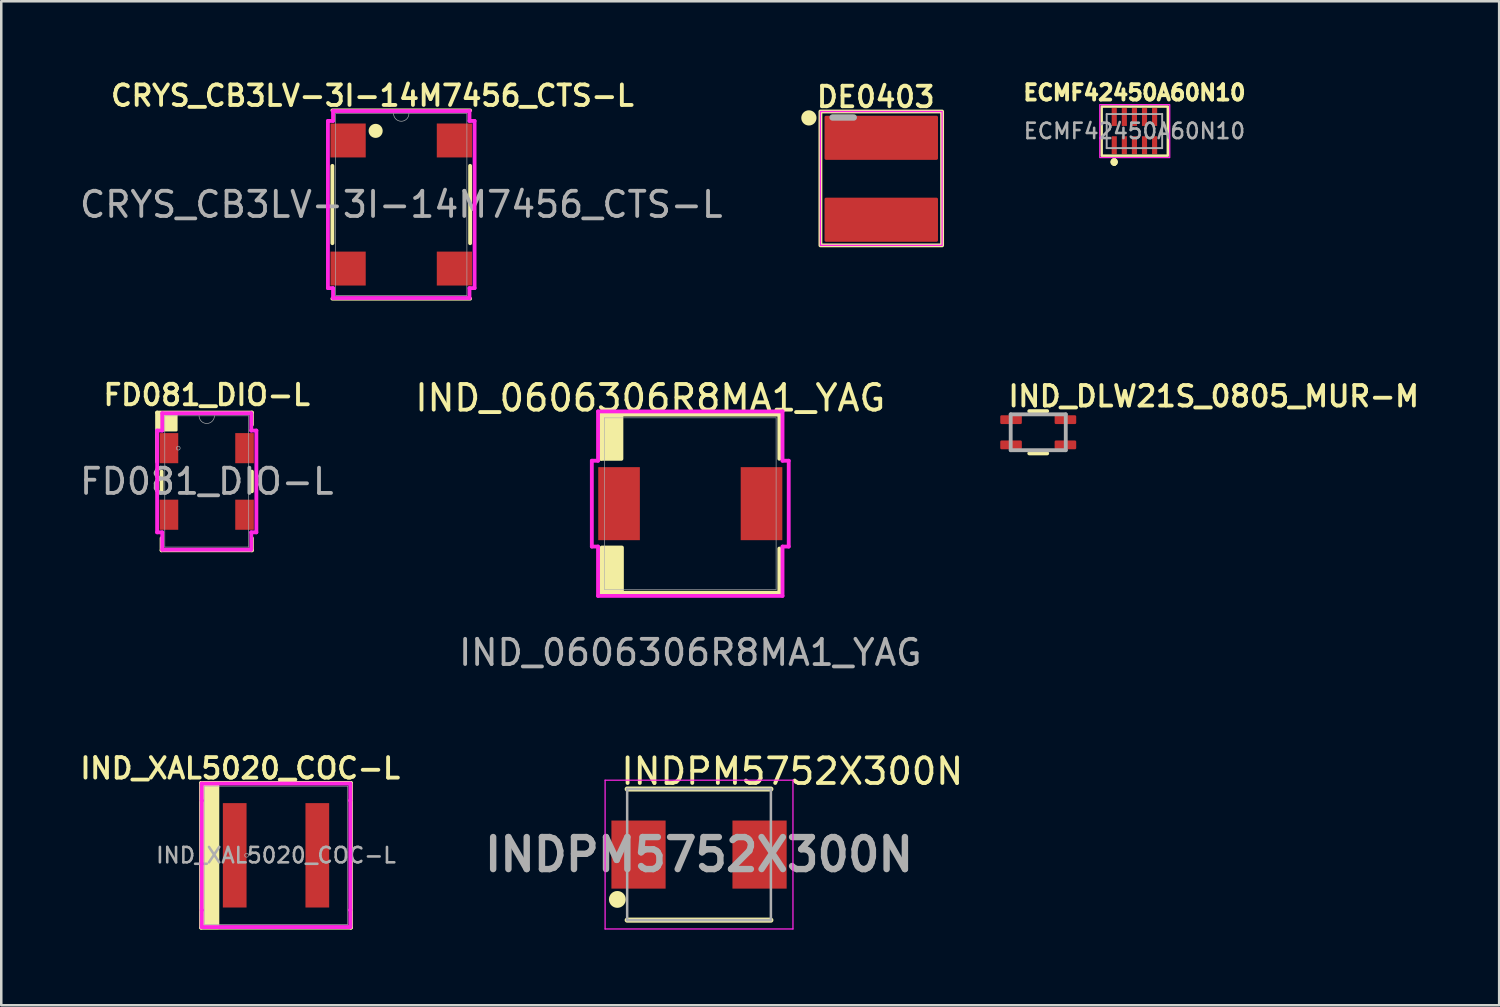
<source format=kicad_pcb>
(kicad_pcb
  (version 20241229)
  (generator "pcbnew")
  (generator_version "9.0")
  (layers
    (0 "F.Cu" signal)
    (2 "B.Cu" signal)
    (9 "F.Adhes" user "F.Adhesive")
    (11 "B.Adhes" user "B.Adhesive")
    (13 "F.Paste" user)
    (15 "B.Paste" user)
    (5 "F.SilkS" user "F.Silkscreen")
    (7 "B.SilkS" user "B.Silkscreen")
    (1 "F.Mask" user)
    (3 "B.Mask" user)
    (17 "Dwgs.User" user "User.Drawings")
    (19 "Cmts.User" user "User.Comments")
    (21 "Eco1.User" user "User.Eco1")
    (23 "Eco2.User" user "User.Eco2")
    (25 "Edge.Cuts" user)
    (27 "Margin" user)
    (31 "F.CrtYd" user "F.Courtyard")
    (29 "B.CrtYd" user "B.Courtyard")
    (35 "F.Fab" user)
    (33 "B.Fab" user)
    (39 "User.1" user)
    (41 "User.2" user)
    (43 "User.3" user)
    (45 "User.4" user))
  (footprint "CRYS_CB3LV-3I-14M7456_CTS-L"
    (layer "F.Cu")
    (at 12.863 5.061)
    (property "Reference" "CRYS_CB3LV-3I-14M7456_CTS-L" (at -1.143 -4.318 0) (unlocked yes) (layer "F.SilkS") (effects (font (size 0.813 0.813) (thickness 0.152) (bold yes))))
    (attr smd)
    (fp_line (start -2.731 -1.534) (end -2.731 1.534) (stroke (width 0.152) (type solid)) (layer "F.SilkS"))
    (fp_line (start -2.731 3.734) (end 2.731 3.734) (stroke (width 0.152) (type solid)) (layer "F.SilkS"))
    (fp_line (start 2.731 -3.734) (end -2.731 -3.734) (stroke (width 0.152) (type solid)) (layer "F.SilkS"))
    (fp_line (start 2.731 1.534) (end 2.731 -1.534) (stroke (width 0.152) (type solid)) (layer "F.SilkS"))
    (fp_circle (center -1.016 -2.921) (end -0.787 -2.921) (stroke (width 0.1) (type solid)) (fill yes) (layer "F.SilkS"))
    (fp_line (start -2.908 -3.315) (end -2.705 -3.315) (stroke (width 0.152) (type solid)) (layer "F.CrtYd"))
    (fp_line (start -2.908 3.315) (end -2.908 -3.315) (stroke (width 0.152) (type solid)) (layer "F.CrtYd"))
    (fp_line (start -2.908 3.315) (end -2.705 3.315) (stroke (width 0.152) (type solid)) (layer "F.CrtYd"))
    (fp_line (start -2.705 -3.708) (end 2.705 -3.708) (stroke (width 0.152) (type solid)) (layer "F.CrtYd"))
    (fp_line (start -2.705 -3.315) (end -2.705 -3.708) (stroke (width 0.152) (type solid)) (layer "F.CrtYd"))
    (fp_line (start -2.705 3.708) (end -2.705 3.315) (stroke (width 0.152) (type solid)) (layer "F.CrtYd"))
    (fp_line (start 2.705 -3.708) (end 2.705 -3.315) (stroke (width 0.152) (type solid)) (layer "F.CrtYd"))
    (fp_line (start 2.705 3.315) (end 2.705 3.708) (stroke (width 0.152) (type solid)) (layer "F.CrtYd"))
    (fp_line (start 2.705 3.708) (end -2.705 3.708) (stroke (width 0.152) (type solid)) (layer "F.CrtYd"))
    (fp_line (start 2.908 -3.315) (end 2.705 -3.315) (stroke (width 0.152) (type solid)) (layer "F.CrtYd"))
    (fp_line (start 2.908 -3.315) (end 2.908 3.315) (stroke (width 0.152) (type solid)) (layer "F.CrtYd"))
    (fp_line (start 2.908 3.315) (end 2.705 3.315) (stroke (width 0.152) (type solid)) (layer "F.CrtYd"))
    (fp_line (start -2.603 -3.607) (end -2.603 3.607) (stroke (width 0.025) (type solid)) (layer "F.Fab"))
    (fp_line (start -2.603 3.607) (end 2.603 3.607) (stroke (width 0.025) (type solid)) (layer "F.Fab"))
    (fp_line (start 2.603 -3.607) (end -2.603 -3.607) (stroke (width 0.025) (type solid)) (layer "F.Fab"))
    (fp_line (start 2.603 3.607) (end 2.603 -3.607) (stroke (width 0.025) (type solid)) (layer "F.Fab"))
    (fp_arc (start 0.3048 -3.6068) (mid 0 -3.302) (end -0.3048 -3.6068) (stroke (width 0.0254) (type solid)) (layer "F.Fab"))
    (fp_text user "${REFERENCE}" (at 0 0 0) (unlocked yes) (layer "F.Fab") (effects (font (size 1 1) (thickness 0.15))))
    (pad "1" smd rect (at -2.108 -2.54) (size 1.397 1.346) (layers "F.Cu" "F.Mask" "F.Paste"))
    (pad "2" smd rect (at -2.108 2.54) (size 1.397 1.346) (layers "F.Cu" "F.Mask" "F.Paste"))
    (pad "3" smd rect (at 2.108 2.54) (size 1.397 1.346) (layers "F.Cu" "F.Mask" "F.Paste"))
    (pad "4" smd rect (at 2.108 -2.54) (size 1.397 1.346) (layers "F.Cu" "F.Mask" "F.Paste")))
  (footprint "IND_0606306R8MA1_YAG"
    (layer "F.Cu")
    (at 24.325 16.924)
    (property "Reference" "IND_0606306R8MA1_YAG" (at -1.587 -4.191 0) (unlocked yes) (layer "F.SilkS") (effects (font (size 1.016 1.016) (thickness 0.152))))
    (attr smd)
    (fp_line (start -3.531 -3.531) (end -3.531 -1.781) (stroke (width 0.152) (type solid)) (layer "F.SilkS"))
    (fp_line (start -3.531 1.781) (end -3.531 3.531) (stroke (width 0.152) (type solid)) (layer "F.SilkS"))
    (fp_line (start -3.531 3.531) (end 3.531 3.531) (stroke (width 0.152) (type solid)) (layer "F.SilkS"))
    (fp_line (start 3.531 -3.531) (end -3.531 -3.531) (stroke (width 0.152) (type solid)) (layer "F.SilkS"))
    (fp_line (start 3.531 -1.781) (end 3.531 -3.531) (stroke (width 0.152) (type solid)) (layer "F.SilkS"))
    (fp_line (start 3.531 3.531) (end 3.531 1.781) (stroke (width 0.152) (type solid)) (layer "F.SilkS"))
    (fp_rect (start -3.531 -3.531) (end -2.731 -1.778) (stroke (width 0.152) (type solid)) (fill yes) (layer "F.SilkS"))
    (fp_rect (start -3.512 1.74) (end -2.711 3.493) (stroke (width 0.152) (type solid)) (fill yes) (layer "F.SilkS"))
    (fp_line (start -3.904 -1.702) (end -3.658 -1.702) (stroke (width 0.152) (type solid)) (layer "F.CrtYd"))
    (fp_line (start -3.904 1.702) (end -3.904 -1.702) (stroke (width 0.152) (type solid)) (layer "F.CrtYd"))
    (fp_line (start -3.658 -3.658) (end 3.658 -3.658) (stroke (width 0.152) (type solid)) (layer "F.CrtYd"))
    (fp_line (start -3.658 -1.702) (end -3.658 -3.658) (stroke (width 0.152) (type solid)) (layer "F.CrtYd"))
    (fp_line (start -3.658 1.702) (end -3.904 1.702) (stroke (width 0.152) (type solid)) (layer "F.CrtYd"))
    (fp_line (start -3.658 3.658) (end -3.658 1.702) (stroke (width 0.152) (type solid)) (layer "F.CrtYd"))
    (fp_line (start 3.658 -3.658) (end 3.658 -1.702) (stroke (width 0.152) (type solid)) (layer "F.CrtYd"))
    (fp_line (start 3.658 -1.702) (end 3.904 -1.702) (stroke (width 0.152) (type solid)) (layer "F.CrtYd"))
    (fp_line (start 3.658 1.702) (end 3.658 3.658) (stroke (width 0.152) (type solid)) (layer "F.CrtYd"))
    (fp_line (start 3.658 3.658) (end -3.658 3.658) (stroke (width 0.152) (type solid)) (layer "F.CrtYd"))
    (fp_line (start 3.904 -1.702) (end 3.904 1.702) (stroke (width 0.152) (type solid)) (layer "F.CrtYd"))
    (fp_line (start 3.904 1.702) (end 3.658 1.702) (stroke (width 0.152) (type solid)) (layer "F.CrtYd"))
    (fp_line (start -3.404 -3.404) (end -3.404 3.404) (stroke (width 0.025) (type solid)) (layer "F.Fab"))
    (fp_line (start -3.404 3.404) (end 3.404 3.404) (stroke (width 0.025) (type solid)) (layer "F.Fab"))
    (fp_line (start 3.404 -3.404) (end -3.404 -3.404) (stroke (width 0.025) (type solid)) (layer "F.Fab"))
    (fp_line (start 3.404 3.404) (end 3.404 -3.404) (stroke (width 0.025) (type solid)) (layer "F.Fab"))
    (fp_text user "${REFERENCE}" (at 0 5.905 0) (unlocked yes) (layer "F.Fab") (effects (font (size 1 1) (thickness 0.15))))
    (pad "1" smd rect (at -2.825 0) (size 1.651 2.896) (layers "F.Cu" "F.Mask" "F.Paste"))
    (pad "2" smd rect (at 2.825 0) (size 1.651 2.896) (layers "F.Cu" "F.Mask" "F.Paste")))
  (footprint "ECMF42450A60N10"
    (layer "F.Cu")
    (at 41.939 2.149)
    (property "Reference" "ECMF42450A60N10" (at 0 -1.525 0) (layer "F.SilkS") (effects (font (size 0.61 0.61) (thickness 0.152) (bold yes))))
    (attr smd)
    (fp_line (start -0.8 1.175) (end -0.8 1.175) (stroke (width 0.2) (type solid)) (layer "F.SilkS"))
    (fp_line (start -0.8 1.175) (end -0.8 1.175) (stroke (width 0.2) (type solid)) (layer "F.SilkS"))
    (fp_line (start -0.8 1.275) (end -0.8 1.275) (stroke (width 0.2) (type solid)) (layer "F.SilkS"))
    (fp_rect (start -1.3 -0.975) (end 1.325 0.975) (stroke (width 0.1) (type default)) (fill no) (layer "F.SilkS"))
    (fp_arc (start -0.8 1.175) (mid -0.75 1.225) (end -0.8 1.275) (stroke (width 0.2) (type solid)) (layer "F.SilkS"))
    (fp_arc (start -0.8 1.275) (mid -0.85 1.225) (end -0.8 1.175) (stroke (width 0.2) (type solid)) (layer "F.SilkS"))
    (fp_arc (start -0.8 1.275) (mid -0.85 1.225) (end -0.8 1.175) (stroke (width 0.2) (type solid)) (layer "F.SilkS"))
    (fp_rect (start -1.375 -1.05) (end 1.4 1.05) (stroke (width 0.05) (type default)) (fill no) (layer "F.CrtYd"))
    (fp_line (start -1.1 -0.675) (end -1.1 0.675) (stroke (width 0.076) (type solid)) (layer "F.Fab"))
    (fp_line (start -1.1 0.675) (end 1.1 0.675) (stroke (width 0.076) (type solid)) (layer "F.Fab"))
    (fp_line (start 1.1 -0.675) (end -1.1 -0.675) (stroke (width 0.076) (type solid)) (layer "F.Fab"))
    (fp_line (start 1.1 0.675) (end 1.1 -0.675) (stroke (width 0.076) (type solid)) (layer "F.Fab"))
    (fp_text user "${REFERENCE}" (at 0 0 0) (layer "F.Fab") (effects (font (size 0.61 0.61) (thickness 0.102) (bold yes))))
    (pad "1" smd rect (at -0.8 0.559) (size 0.203 0.711) (layers "F.Cu" "F.Mask" "F.Paste"))
    (pad "2" smd rect (at -0.4 0.559) (size 0.203 0.711) (layers "F.Cu" "F.Mask" "F.Paste"))
    (pad "3" smd rect (at 0 0.559) (size 0.203 0.711) (layers "F.Cu" "F.Mask" "F.Paste"))
    (pad "4" smd rect (at 0.4 0.559) (size 0.203 0.711) (layers "F.Cu" "F.Mask" "F.Paste"))
    (pad "5" smd rect (at 0.8 0.559) (size 0.203 0.711) (layers "F.Cu" "F.Mask" "F.Paste"))
    (pad "6" smd rect (at 0.8 -0.559) (size 0.203 0.711) (layers "F.Cu" "F.Mask" "F.Paste"))
    (pad "7" smd rect (at 0.4 -0.559) (size 0.203 0.711) (layers "F.Cu" "F.Mask" "F.Paste"))
    (pad "8" smd rect (at 0 -0.559) (size 0.203 0.711) (layers "F.Cu" "F.Mask" "F.Paste"))
    (pad "9" smd rect (at -0.4 -0.559) (size 0.203 0.711) (layers "F.Cu" "F.Mask" "F.Paste"))
    (pad "10" smd rect (at -0.8 -0.559) (size 0.203 0.711) (layers "F.Cu" "F.Mask" "F.Paste")))
  (footprint "DE0403"
    (layer "F.Cu")
    (at 31.899 4.039)
    (property "Reference" "DE0403" (at -2.642 -2.769 0) (layer "F.SilkS") (effects (font (size 0.813 0.813) (thickness 0.152) (bold yes)) (justify left bottom)))
    (attr smd)
    (fp_rect (start -2.413 -2.667) (end 2.413 2.642) (stroke (width 0.152) (type default)) (fill no) (layer "F.SilkS"))
    (fp_circle (center -2.87 -2.413) (end -2.619 -2.413) (stroke (width 0.102) (type solid)) (fill yes) (layer "F.SilkS"))
    (fp_rect (start -2.413 -2.667) (end 2.413 2.642) (stroke (width 0.05) (type default)) (fill no) (layer "F.CrtYd"))
    (fp_line (start -1.092 -2.43) (end -1.93 -2.43) (stroke (width 0.254) (type solid)) (layer "F.Fab"))
    (pad "1" smd roundrect (at 0 -1.625 90) (size 1.75 4.5) (layers "F.Cu" "F.Mask" "F.Paste") (roundrect_rratio 0.034))
    (pad "2" smd roundrect (at 0 1.625) (size 4.5 1.75) (layers "F.Cu" "F.Mask" "F.Paste") (roundrect_rratio 0.034)))
  (footprint "FD081_DIO-L"
    (layer "F.Cu")
    (at 5.149 16.043)
    (property "Reference" "FD081_DIO-L" (at 0 -3.429 0) (unlocked yes) (layer "F.SilkS") (effects (font (size 0.813 0.813) (thickness 0.152) (bold yes))))
    (attr smd)
    (fp_line (start -1.968 -2.731) (end -1.968 -0.776) (stroke (width 0.152) (type solid)) (layer "F.SilkS"))
    (fp_line (start -1.791 -0.39) (end -1.791 0.39) (stroke (width 0.152) (type solid)) (layer "F.SilkS"))
    (fp_line (start -1.791 2.25) (end -1.791 2.731) (stroke (width 0.152) (type solid)) (layer "F.SilkS"))
    (fp_line (start -1.791 2.731) (end 1.791 2.731) (stroke (width 0.152) (type solid)) (layer "F.SilkS"))
    (fp_line (start 1.791 -2.731) (end -1.968 -2.731) (stroke (width 0.152) (type solid)) (layer "F.SilkS"))
    (fp_line (start 1.791 -2.25) (end 1.791 -2.731) (stroke (width 0.152) (type solid)) (layer "F.SilkS"))
    (fp_line (start 1.791 0.39) (end 1.791 -0.39) (stroke (width 0.152) (type solid)) (layer "F.SilkS"))
    (fp_line (start 1.791 2.731) (end 1.791 2.25) (stroke (width 0.152) (type solid)) (layer "F.SilkS"))
    (fp_rect (start -1.968 -2.731) (end -1.206 -2.032) (stroke (width 0.1) (type solid)) (fill yes) (layer "F.SilkS"))
    (fp_line (start -1.968 -2.018) (end -1.765 -2.018) (stroke (width 0.152) (type solid)) (layer "F.CrtYd"))
    (fp_line (start -1.968 2.018) (end -1.968 -2.018) (stroke (width 0.152) (type solid)) (layer "F.CrtYd"))
    (fp_line (start -1.968 2.018) (end -1.765 2.018) (stroke (width 0.152) (type solid)) (layer "F.CrtYd"))
    (fp_line (start -1.765 -2.705) (end 1.765 -2.705) (stroke (width 0.152) (type solid)) (layer "F.CrtYd"))
    (fp_line (start -1.765 -2.018) (end -1.765 -2.705) (stroke (width 0.152) (type solid)) (layer "F.CrtYd"))
    (fp_line (start -1.765 2.705) (end -1.765 2.018) (stroke (width 0.152) (type solid)) (layer "F.CrtYd"))
    (fp_line (start 1.765 -2.705) (end 1.765 -2.018) (stroke (width 0.152) (type solid)) (layer "F.CrtYd"))
    (fp_line (start 1.765 2.018) (end 1.765 2.705) (stroke (width 0.152) (type solid)) (layer "F.CrtYd"))
    (fp_line (start 1.765 2.705) (end -1.765 2.705) (stroke (width 0.152) (type solid)) (layer "F.CrtYd"))
    (fp_line (start 1.968 -2.018) (end 1.765 -2.018) (stroke (width 0.152) (type solid)) (layer "F.CrtYd"))
    (fp_line (start 1.968 -2.018) (end 1.968 2.018) (stroke (width 0.152) (type solid)) (layer "F.CrtYd"))
    (fp_line (start 1.968 2.018) (end 1.765 2.018) (stroke (width 0.152) (type solid)) (layer "F.CrtYd"))
    (fp_line (start -1.664 -2.603) (end -1.664 2.603) (stroke (width 0.025) (type solid)) (layer "F.Fab"))
    (fp_line (start -1.664 2.603) (end 1.664 2.603) (stroke (width 0.025) (type solid)) (layer "F.Fab"))
    (fp_line (start 1.664 -2.603) (end -1.664 -2.603) (stroke (width 0.025) (type solid)) (layer "F.Fab"))
    (fp_line (start 1.664 2.603) (end 1.664 -2.603) (stroke (width 0.025) (type solid)) (layer "F.Fab"))
    (fp_arc (start 0.3048 -2.6035) (mid 0 -2.2987) (end -0.3048 -2.6035) (stroke (width 0.0254) (type solid)) (layer "F.Fab"))
    (fp_circle (center -1.13 -1.32) (end -1.054 -1.32) (stroke (width 0.025) (type solid)) (fill no) (layer "F.Fab"))
    (fp_text user "${REFERENCE}" (at 0 0 0) (unlocked yes) (layer "F.Fab") (effects (font (size 1 1) (thickness 0.15))))
    (pad "1" smd rect (at -1.499 -1.32) (size 0.737 1.194) (layers "F.Cu" "F.Mask" "F.Paste"))
    (pad "2" smd rect (at -1.499 1.32) (size 0.737 1.194) (layers "F.Cu" "F.Mask" "F.Paste"))
    (pad "3" smd rect (at 1.499 1.32) (size 0.737 1.194) (layers "F.Cu" "F.Mask" "F.Paste"))
    (pad "4" smd rect (at 1.499 -1.32) (size 0.737 1.194) (layers "F.Cu" "F.Mask" "F.Paste")))
  (footprint "INDPM5752X300N"
    (layer "F.Cu")
    (at 24.672 30.841)
    (property "Reference" "INDPM5752X300N" (at -3.175 -3.302 0) (layer "F.SilkS") (effects (font (size 1.016 1.016) (thickness 0.152)) (justify left)))
    (attr smd)
    (fp_line (start -2.85 2.6) (end 2.85 2.6) (stroke (width 0.2) (type solid)) (layer "F.SilkS"))
    (fp_line (start 2.85 -2.6) (end -2.85 -2.6) (stroke (width 0.2) (type solid)) (layer "F.SilkS"))
    (fp_circle (center -3.239 1.778) (end -2.955 1.778) (stroke (width 0.1) (type solid)) (fill yes) (layer "F.SilkS"))
    (fp_line (start -3.725 -2.95) (end 3.725 -2.95) (stroke (width 0.05) (type solid)) (layer "F.CrtYd"))
    (fp_line (start -3.725 2.95) (end -3.725 -2.95) (stroke (width 0.05) (type solid)) (layer "F.CrtYd"))
    (fp_line (start 3.725 -2.95) (end 3.725 2.95) (stroke (width 0.05) (type solid)) (layer "F.CrtYd"))
    (fp_line (start 3.725 2.95) (end -3.725 2.95) (stroke (width 0.05) (type solid)) (layer "F.CrtYd"))
    (fp_line (start -2.85 -2.6) (end 2.85 -2.6) (stroke (width 0.1) (type solid)) (layer "F.Fab"))
    (fp_line (start -2.85 2.6) (end -2.85 -2.6) (stroke (width 0.1) (type solid)) (layer "F.Fab"))
    (fp_line (start 2.85 -2.6) (end 2.85 2.6) (stroke (width 0.1) (type solid)) (layer "F.Fab"))
    (fp_line (start 2.85 2.6) (end -2.85 2.6) (stroke (width 0.1) (type solid)) (layer "F.Fab"))
    (fp_text user "${REFERENCE}" (at 0 0 0) (layer "F.Fab") (effects (font (size 1.27 1.27) (thickness 0.254))))
    (pad "1" smd rect (at -2.4 0) (size 2.15 2.7) (layers "F.Cu" "F.Mask" "F.Paste"))
    (pad "2" smd rect (at 2.4 0) (size 2.15 2.7) (layers "F.Cu" "F.Mask" "F.Paste")))
  (footprint "IND_DLW21S_0805_MUR-M"
    (layer "F.Cu")
    (at 38.124 14.093)
    (property "Reference" "IND_DLW21S_0805_MUR-M" (at -1.27 -0.953 180) (layer "F.SilkS") (effects (font (size 0.813 0.813) (thickness 0.152)) (justify left bottom)))
    (attr smd)
    (fp_line (start -0.356 0.838) (end 0.356 0.838) (stroke (width 0.152) (type solid)) (layer "F.SilkS"))
    (fp_line (start 0.356 -0.838) (end -0.356 -0.838) (stroke (width 0.152) (type solid)) (layer "F.SilkS"))
    (fp_line (start -1.092 -0.711) (end -1.092 0.711) (stroke (width 0.152) (type solid)) (layer "F.Fab"))
    (fp_line (start -1.092 0.711) (end 1.092 0.711) (stroke (width 0.152) (type solid)) (layer "F.Fab"))
    (fp_line (start 1.092 -0.711) (end -1.092 -0.711) (stroke (width 0.152) (type solid)) (layer "F.Fab"))
    (fp_line (start 1.092 0.711) (end 1.092 -0.711) (stroke (width 0.152) (type solid)) (layer "F.Fab"))
    (fp_line (start 1.092 -0.508) (end 1.092 -0.711) (stroke (width 0.152) (type solid)) (layer "User.1"))
    (pad "1" smd roundrect (at -1.078 -0.5) (size 0.856 0.349) (layers "F.Cu" "F.Mask" "F.Paste") (roundrect_rratio 0.145))
    (pad "2" smd roundrect (at 1.078 -0.5) (size 0.856 0.349) (layers "F.Cu" "F.Mask" "F.Paste") (roundrect_rratio 0.145))
    (pad "3" smd roundrect (at 1.078 0.5) (size 0.856 0.349) (layers "F.Cu" "F.Mask" "F.Paste") (roundrect_rratio 0.145))
    (pad "4" smd roundrect (at -1.078 0.5) (size 0.856 0.349) (layers "F.Cu" "F.Mask" "F.Paste") (roundrect_rratio 0.145)))
  (footprint "IND_XAL5020_COC-L"
    (layer "F.Cu")
    (at 7.896 30.87)
    (property "Reference" "IND_XAL5020_COC-L" (at -1.42 -3.45 0) (unlocked yes) (layer "F.SilkS") (effects (font (size 0.813 0.813) (thickness 0.152) (bold yes))))
    (attr smd)
    (fp_line (start -2.972 -2.87) (end -2.972 2.87) (stroke (width 0.152) (type solid)) (layer "F.SilkS"))
    (fp_line (start -2.972 2.87) (end 2.972 2.87) (stroke (width 0.152) (type solid)) (layer "F.SilkS"))
    (fp_line (start 2.972 -2.87) (end -2.972 -2.87) (stroke (width 0.152) (type solid)) (layer "F.SilkS"))
    (fp_line (start 2.972 2.87) (end 2.972 -2.87) (stroke (width 0.152) (type solid)) (layer "F.SilkS"))
    (fp_rect (start -2.972 -2.87) (end -2.3 2.88) (stroke (width 0.1) (type solid)) (fill yes) (layer "F.SilkS"))
    (fp_line (start -2.946 -2.845) (end 2.946 -2.845) (stroke (width 0.152) (type solid)) (layer "F.CrtYd"))
    (fp_line (start -2.946 -2.172) (end -2.946 -2.845) (stroke (width 0.152) (type solid)) (layer "F.CrtYd"))
    (fp_line (start -2.946 -2.172) (end -2.946 -2.172) (stroke (width 0.152) (type solid)) (layer "F.CrtYd"))
    (fp_line (start -2.946 2.172) (end -2.946 -2.172) (stroke (width 0.152) (type solid)) (layer "F.CrtYd"))
    (fp_line (start -2.946 2.172) (end -2.946 2.172) (stroke (width 0.152) (type solid)) (layer "F.CrtYd"))
    (fp_line (start -2.946 2.845) (end -2.946 2.172) (stroke (width 0.152) (type solid)) (layer "F.CrtYd"))
    (fp_line (start 2.946 -2.845) (end 2.946 -2.172) (stroke (width 0.152) (type solid)) (layer "F.CrtYd"))
    (fp_line (start 2.946 -2.172) (end 2.946 -2.172) (stroke (width 0.152) (type solid)) (layer "F.CrtYd"))
    (fp_line (start 2.946 -2.172) (end 2.946 2.172) (stroke (width 0.152) (type solid)) (layer "F.CrtYd"))
    (fp_line (start 2.946 2.172) (end 2.946 2.172) (stroke (width 0.152) (type solid)) (layer "F.CrtYd"))
    (fp_line (start 2.946 2.172) (end 2.946 2.845) (stroke (width 0.152) (type solid)) (layer "F.CrtYd"))
    (fp_line (start 2.946 2.845) (end -2.946 2.845) (stroke (width 0.152) (type solid)) (layer "F.CrtYd"))
    (fp_line (start -2.845 -2.743) (end -2.845 2.743) (stroke (width 0.025) (type solid)) (layer "F.Fab"))
    (fp_line (start -2.845 2.743) (end 2.845 2.743) (stroke (width 0.025) (type solid)) (layer "F.Fab"))
    (fp_line (start 2.845 -2.743) (end -2.845 -2.743) (stroke (width 0.025) (type solid)) (layer "F.Fab"))
    (fp_line (start 2.845 2.743) (end 2.845 -2.743) (stroke (width 0.025) (type solid)) (layer "F.Fab"))
    (fp_circle (center -1.168 0) (end -1.092 0) (stroke (width 0.025) (type solid)) (fill no) (layer "F.Fab"))
    (fp_text user "${REFERENCE}" (at 0 0 0) (unlocked yes) (layer "F.Fab") (effects (font (size 0.61 0.61) (thickness 0.102) (bold yes))))
    (pad "1" smd rect (at -1.638 0) (size 0.94 4.14) (layers "F.Cu" "F.Mask" "F.Paste"))
    (pad "2" smd rect (at 1.638 0) (size 0.94 4.14) (layers "F.Cu" "F.Mask" "F.Paste")))
  (gr_rect
    (start -3 -3)
    (end 56.404 36.817)
    (stroke (width 0.1) (type default))
    (fill no)
    (layer "Edge.Cuts")))
</source>
